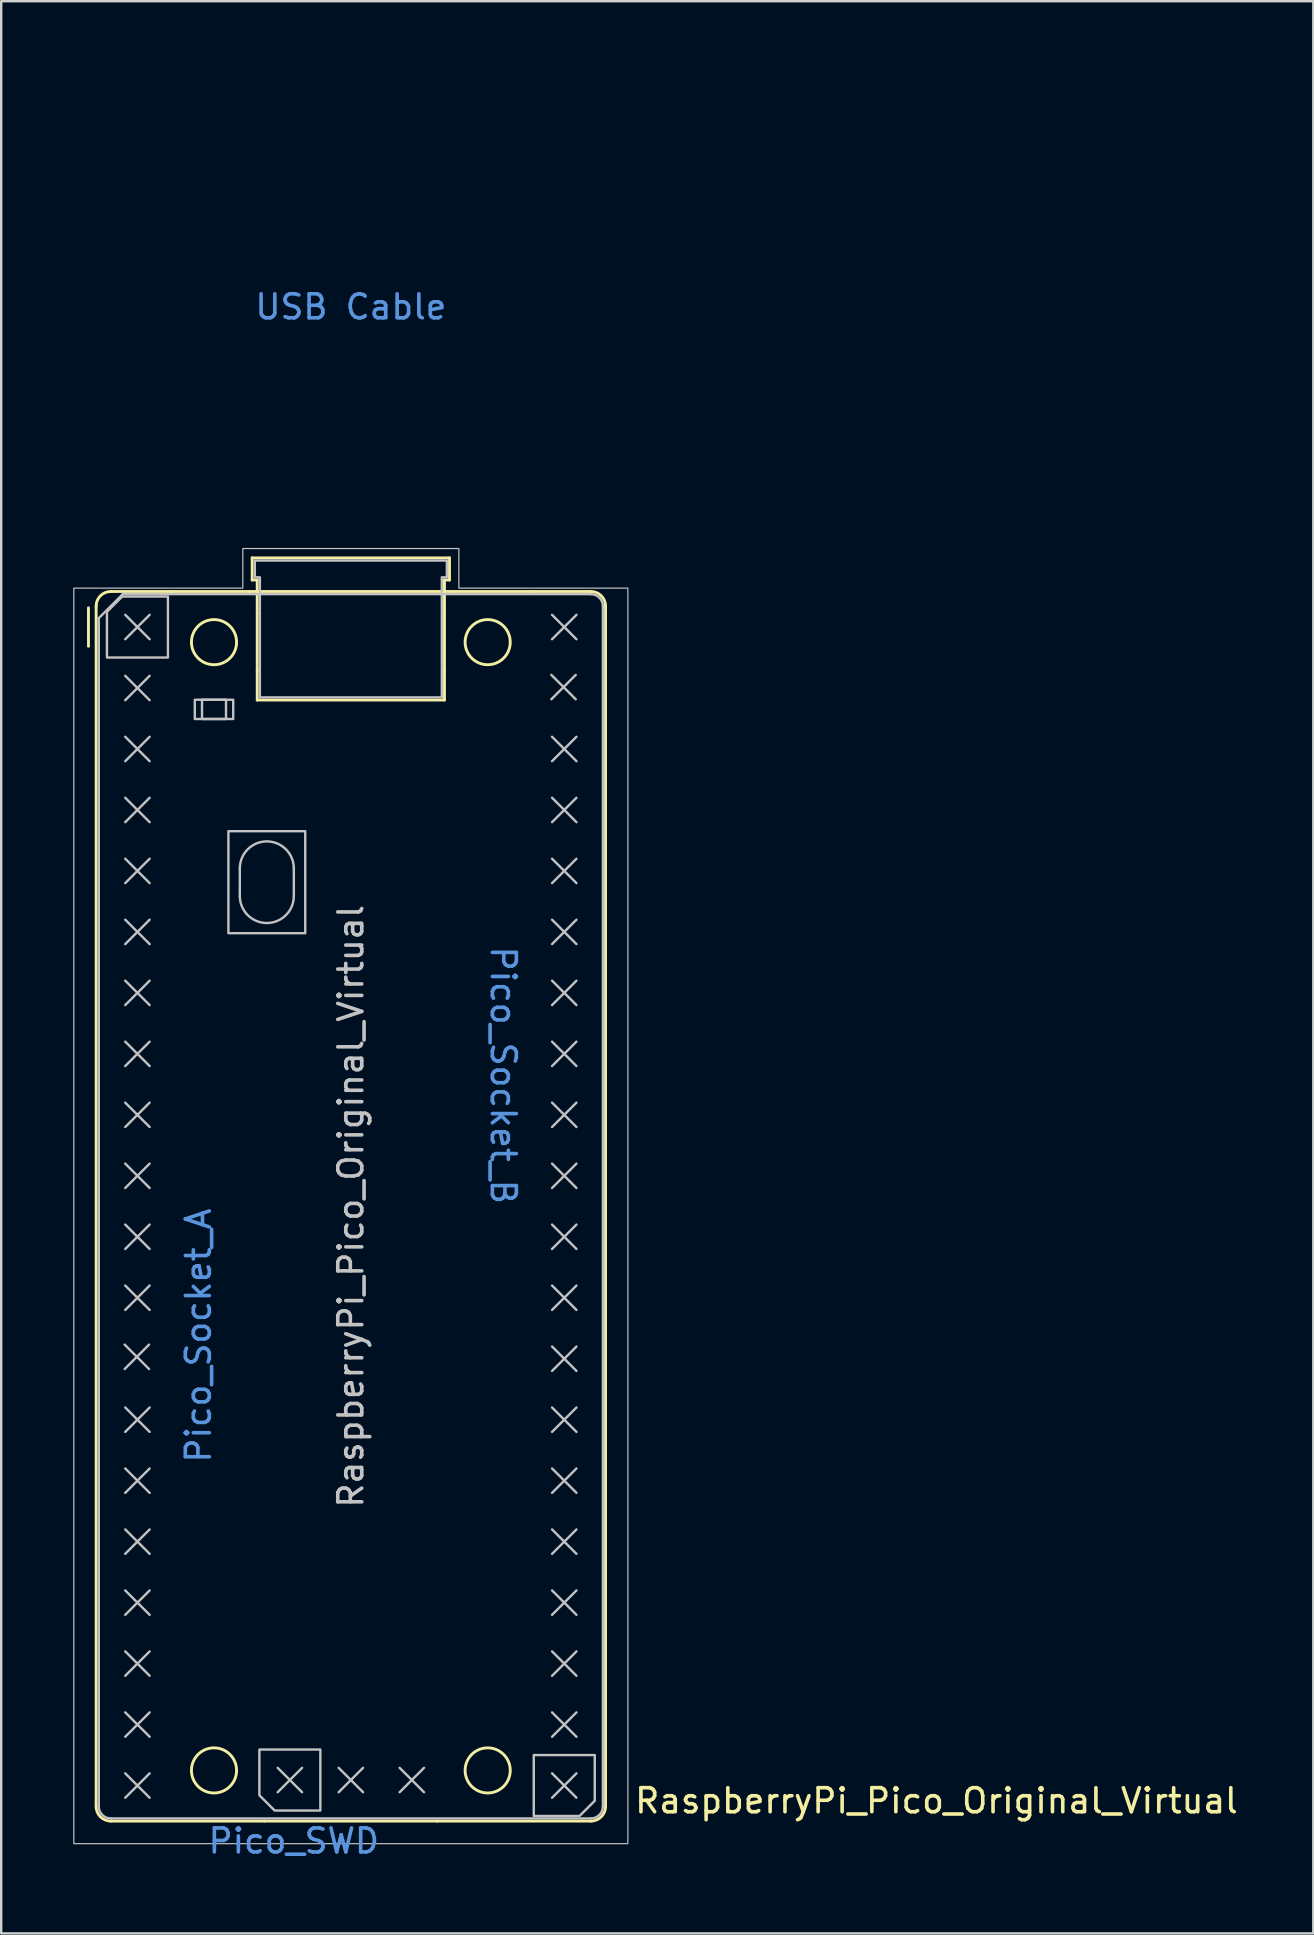
<source format=kicad_pcb>
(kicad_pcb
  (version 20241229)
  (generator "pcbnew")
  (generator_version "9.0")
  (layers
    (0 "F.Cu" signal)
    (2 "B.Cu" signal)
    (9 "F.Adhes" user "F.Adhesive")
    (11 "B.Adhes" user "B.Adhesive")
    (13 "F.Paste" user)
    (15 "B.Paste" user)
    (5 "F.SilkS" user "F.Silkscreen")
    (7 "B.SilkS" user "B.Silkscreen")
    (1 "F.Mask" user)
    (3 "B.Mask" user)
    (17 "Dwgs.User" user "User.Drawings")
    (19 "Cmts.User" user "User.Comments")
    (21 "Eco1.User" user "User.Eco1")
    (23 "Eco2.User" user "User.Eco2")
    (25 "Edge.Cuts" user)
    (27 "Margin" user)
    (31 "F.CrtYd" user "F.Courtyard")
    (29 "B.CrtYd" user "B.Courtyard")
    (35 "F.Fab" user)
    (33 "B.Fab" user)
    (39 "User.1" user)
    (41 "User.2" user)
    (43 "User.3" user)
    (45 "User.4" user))
  (footprint "RaspberryPi_Pico_Original_Virtual"
    (layer "F.Cu")
    (at 11.565 47.2)
    (property "Reference" "RaspberryPi_Pico_Original_Virtual" (at 11.748 24.765 0) (unlocked yes) (layer "F.SilkS") (effects (font (size 1 1) (thickness 0.15)) (justify left)))
    (attr exclude_from_pos_files allow_missing_courtyard)
    (fp_line (start -10.93 -23.33) (end -10.93 -24.93) (stroke (width 0.12) (type solid)) (layer "F.SilkS"))
    (fp_line (start -10.61 -25) (end -10.61 25) (stroke (width 0.12) (type solid)) (layer "F.SilkS"))
    (fp_line (start -10 -25.61) (end -7.51 -25.61) (stroke (width 0.12) (type solid)) (layer "F.SilkS"))
    (fp_line (start -10 25.61) (end -3.6 25.61) (stroke (width 0.12) (type solid)) (layer "F.SilkS"))
    (fp_line (start -7.51 -25.61) (end -4.235 -25.61) (stroke (width 0.12) (type solid)) (layer "F.SilkS"))
    (fp_line (start -4.235 -25.61) (end 4.235 -25.61) (stroke (width 0.12) (type solid)) (layer "F.SilkS"))
    (fp_line (start -4.11 -27.01) (end -4.11 -26.09) (stroke (width 0.12) (type solid)) (layer "F.SilkS"))
    (fp_line (start -4.11 -27.01) (end 4.11 -27.01) (stroke (width 0.12) (type solid)) (layer "F.SilkS"))
    (fp_line (start -4.11 -26.09) (end -3.9 -26.09) (stroke (width 0.12) (type solid)) (layer "F.SilkS"))
    (fp_line (start -3.9 -26.09) (end -3.9 -24.694) (stroke (width 0.12) (type solid)) (layer "F.SilkS"))
    (fp_line (start -3.9 -24.694) (end -3.9 -22.306) (stroke (width 0.12) (type default)) (layer "F.SilkS"))
    (fp_line (start -3.9 -22.306) (end -3.9 -21.09) (stroke (width 0.12) (type solid)) (layer "F.SilkS"))
    (fp_line (start 3.6 25.61) (end -3.6 25.61) (stroke (width 0.12) (type solid)) (layer "F.SilkS"))
    (fp_line (start 3.6 25.61) (end 10 25.61) (stroke (width 0.12) (type solid)) (layer "F.SilkS"))
    (fp_line (start 3.9 -26.09) (end 3.9 -24.694) (stroke (width 0.12) (type solid)) (layer "F.SilkS"))
    (fp_line (start 3.9 -24.694) (end 3.9 -22.306) (stroke (width 0.12) (type default)) (layer "F.SilkS"))
    (fp_line (start 3.9 -22.306) (end 3.9 -21.09) (stroke (width 0.12) (type solid)) (layer "F.SilkS"))
    (fp_line (start 3.9 -21.09) (end -3.9 -21.09) (stroke (width 0.12) (type solid)) (layer "F.SilkS"))
    (fp_line (start 4.11 -27.01) (end 4.11 -26.09) (stroke (width 0.12) (type solid)) (layer "F.SilkS"))
    (fp_line (start 4.11 -26.09) (end 3.9 -26.09) (stroke (width 0.12) (type solid)) (layer "F.SilkS"))
    (fp_line (start 4.235 -25.61) (end 7.51 -25.61) (stroke (width 0.12) (type solid)) (layer "F.SilkS"))
    (fp_line (start 7.51 -25.61) (end 10 -25.61) (stroke (width 0.12) (type solid)) (layer "F.SilkS"))
    (fp_line (start 10.61 -25) (end 10.61 25) (stroke (width 0.12) (type solid)) (layer "F.SilkS"))
    (fp_arc (start -10.61 -25) (mid -10.431335 -25.431335) (end -10 -25.61) (stroke (width 0.12) (type solid)) (layer "F.SilkS"))
    (fp_arc (start -10 25.61) (mid -10.431364 25.431364) (end -10.61 25) (stroke (width 0.12) (type solid)) (layer "F.SilkS"))
    (fp_arc (start 10 -25.61) (mid 10.431335 -25.431335) (end 10.61 -25) (stroke (width 0.12) (type solid)) (layer "F.SilkS"))
    (fp_arc (start 10.61 25) (mid 10.431335 25.431335) (end 10 25.61) (stroke (width 0.12) (type solid)) (layer "F.SilkS"))
    (fp_circle (center -5.7 -23.5) (end -4.76 -23.5) (stroke (width 0.12) (type solid)) (fill no) (layer "F.SilkS"))
    (fp_circle (center -5.7 23.5) (end -4.76 23.5) (stroke (width 0.12) (type solid)) (fill no) (layer "F.SilkS"))
    (fp_circle (center 5.7 -23.5) (end 6.64 -23.5) (stroke (width 0.12) (type solid)) (fill no) (layer "F.SilkS"))
    (fp_circle (center 5.7 23.5) (end 6.64 23.5) (stroke (width 0.12) (type solid)) (fill no) (layer "F.SilkS"))
    (fp_line (start -10.5 -24.5) (end -9.5 -25.5) (stroke (width 0.1) (type solid)) (layer "Dwgs.User"))
    (fp_line (start -10.5 25) (end -10.5 -24.5) (stroke (width 0.1) (type solid)) (layer "Dwgs.User"))
    (fp_line (start -9.5 -25.5) (end 10 -25.5) (stroke (width 0.1) (type solid)) (layer "Dwgs.User"))
    (fp_line (start -9.422 5.763) (end -8.406 6.779) (stroke (width 0.1) (type solid)) (layer "Dwgs.User"))
    (fp_line (start -9.398 -24.638) (end -8.382 -23.622) (stroke (width 0.1) (type solid)) (layer "Dwgs.User"))
    (fp_line (start -9.398 -22.098) (end -8.382 -21.082) (stroke (width 0.1) (type solid)) (layer "Dwgs.User"))
    (fp_line (start -9.398 -19.558) (end -8.382 -18.542) (stroke (width 0.1) (type solid)) (layer "Dwgs.User"))
    (fp_line (start -9.398 -17.018) (end -8.382 -16.002) (stroke (width 0.1) (type solid)) (layer "Dwgs.User"))
    (fp_line (start -9.398 -14.478) (end -8.382 -13.462) (stroke (width 0.1) (type solid)) (layer "Dwgs.User"))
    (fp_line (start -9.398 -11.938) (end -8.382 -10.922) (stroke (width 0.1) (type solid)) (layer "Dwgs.User"))
    (fp_line (start -9.398 -9.398) (end -8.382 -8.382) (stroke (width 0.1) (type solid)) (layer "Dwgs.User"))
    (fp_line (start -9.398 -6.858) (end -8.382 -5.842) (stroke (width 0.1) (type solid)) (layer "Dwgs.User"))
    (fp_line (start -9.398 -4.318) (end -8.382 -3.302) (stroke (width 0.1) (type solid)) (layer "Dwgs.User"))
    (fp_line (start -9.398 -1.778) (end -8.382 -0.762) (stroke (width 0.1) (type solid)) (layer "Dwgs.User"))
    (fp_line (start -9.398 0.762) (end -8.382 1.778) (stroke (width 0.1) (type solid)) (layer "Dwgs.User"))
    (fp_line (start -9.398 3.302) (end -8.382 4.318) (stroke (width 0.1) (type solid)) (layer "Dwgs.User"))
    (fp_line (start -9.398 8.382) (end -8.382 9.398) (stroke (width 0.1) (type solid)) (layer "Dwgs.User"))
    (fp_line (start -9.398 10.922) (end -8.382 11.938) (stroke (width 0.1) (type solid)) (layer "Dwgs.User"))
    (fp_line (start -9.398 13.462) (end -8.382 14.478) (stroke (width 0.1) (type solid)) (layer "Dwgs.User"))
    (fp_line (start -9.398 16.002) (end -8.382 17.018) (stroke (width 0.1) (type solid)) (layer "Dwgs.User"))
    (fp_line (start -9.398 18.542) (end -8.382 19.558) (stroke (width 0.1) (type solid)) (layer "Dwgs.User"))
    (fp_line (start -9.398 21.082) (end -8.382 22.098) (stroke (width 0.1) (type solid)) (layer "Dwgs.User"))
    (fp_line (start -9.398 23.622) (end -8.382 24.638) (stroke (width 0.1) (type solid)) (layer "Dwgs.User"))
    (fp_line (start -8.406 5.763) (end -9.422 6.779) (stroke (width 0.1) (type solid)) (layer "Dwgs.User"))
    (fp_line (start -8.382 -24.638) (end -9.398 -23.622) (stroke (width 0.1) (type solid)) (layer "Dwgs.User"))
    (fp_line (start -8.382 -22.098) (end -9.398 -21.082) (stroke (width 0.1) (type solid)) (layer "Dwgs.User"))
    (fp_line (start -8.382 -19.558) (end -9.398 -18.542) (stroke (width 0.1) (type solid)) (layer "Dwgs.User"))
    (fp_line (start -8.382 -17.018) (end -9.398 -16.002) (stroke (width 0.1) (type solid)) (layer "Dwgs.User"))
    (fp_line (start -8.382 -14.478) (end -9.398 -13.462) (stroke (width 0.1) (type solid)) (layer "Dwgs.User"))
    (fp_line (start -8.382 -11.938) (end -9.398 -10.922) (stroke (width 0.1) (type solid)) (layer "Dwgs.User"))
    (fp_line (start -8.382 -9.398) (end -9.398 -8.382) (stroke (width 0.1) (type solid)) (layer "Dwgs.User"))
    (fp_line (start -8.382 -6.858) (end -9.398 -5.842) (stroke (width 0.1) (type solid)) (layer "Dwgs.User"))
    (fp_line (start -8.382 -4.318) (end -9.398 -3.302) (stroke (width 0.1) (type solid)) (layer "Dwgs.User"))
    (fp_line (start -8.382 -1.778) (end -9.398 -0.762) (stroke (width 0.1) (type solid)) (layer "Dwgs.User"))
    (fp_line (start -8.382 0.762) (end -9.398 1.778) (stroke (width 0.1) (type solid)) (layer "Dwgs.User"))
    (fp_line (start -8.382 3.302) (end -9.398 4.318) (stroke (width 0.1) (type solid)) (layer "Dwgs.User"))
    (fp_line (start -8.382 8.382) (end -9.398 9.398) (stroke (width 0.1) (type solid)) (layer "Dwgs.User"))
    (fp_line (start -8.382 10.922) (end -9.398 11.938) (stroke (width 0.1) (type solid)) (layer "Dwgs.User"))
    (fp_line (start -8.382 13.462) (end -9.398 14.478) (stroke (width 0.1) (type solid)) (layer "Dwgs.User"))
    (fp_line (start -8.382 16.002) (end -9.398 17.018) (stroke (width 0.1) (type solid)) (layer "Dwgs.User"))
    (fp_line (start -8.382 18.542) (end -9.398 19.558) (stroke (width 0.1) (type solid)) (layer "Dwgs.User"))
    (fp_line (start -8.382 21.082) (end -9.398 22.098) (stroke (width 0.1) (type solid)) (layer "Dwgs.User"))
    (fp_line (start -8.382 23.622) (end -9.398 24.638) (stroke (width 0.1) (type solid)) (layer "Dwgs.User"))
    (fp_line (start -4.625 -14.075) (end -4.625 -12.925) (stroke (width 0.1) (type solid)) (layer "Dwgs.User"))
    (fp_line (start -3.048 23.392) (end -2.032 24.408) (stroke (width 0.1) (type solid)) (layer "Dwgs.User"))
    (fp_line (start -2.375 -14.075) (end -2.375 -12.925) (stroke (width 0.1) (type solid)) (layer "Dwgs.User"))
    (fp_line (start -2.032 23.392) (end -3.048 24.408) (stroke (width 0.1) (type solid)) (layer "Dwgs.User"))
    (fp_line (start -0.508 23.392) (end 0.508 24.408) (stroke (width 0.1) (type solid)) (layer "Dwgs.User"))
    (fp_line (start 0.508 23.392) (end -0.508 24.408) (stroke (width 0.1) (type solid)) (layer "Dwgs.User"))
    (fp_line (start 2.032 23.392) (end 3.048 24.408) (stroke (width 0.1) (type solid)) (layer "Dwgs.User"))
    (fp_line (start 3.048 23.392) (end 2.032 24.408) (stroke (width 0.1) (type solid)) (layer "Dwgs.User"))
    (fp_line (start 8.352 -22.136) (end 9.368 -21.12) (stroke (width 0.1) (type solid)) (layer "Dwgs.User"))
    (fp_line (start 8.382 -24.638) (end 9.398 -23.622) (stroke (width 0.1) (type solid)) (layer "Dwgs.User"))
    (fp_line (start 8.382 -19.558) (end 9.398 -18.542) (stroke (width 0.1) (type solid)) (layer "Dwgs.User"))
    (fp_line (start 8.382 -17.018) (end 9.398 -16.002) (stroke (width 0.1) (type solid)) (layer "Dwgs.User"))
    (fp_line (start 8.382 -14.478) (end 9.398 -13.462) (stroke (width 0.1) (type solid)) (layer "Dwgs.User"))
    (fp_line (start 8.382 -11.938) (end 9.398 -10.922) (stroke (width 0.1) (type solid)) (layer "Dwgs.User"))
    (fp_line (start 8.382 -9.398) (end 9.398 -8.382) (stroke (width 0.1) (type solid)) (layer "Dwgs.User"))
    (fp_line (start 8.382 -6.858) (end 9.398 -5.842) (stroke (width 0.1) (type solid)) (layer "Dwgs.User"))
    (fp_line (start 8.382 -4.318) (end 9.398 -3.302) (stroke (width 0.1) (type solid)) (layer "Dwgs.User"))
    (fp_line (start 8.382 -1.778) (end 9.398 -0.762) (stroke (width 0.1) (type solid)) (layer "Dwgs.User"))
    (fp_line (start 8.382 0.762) (end 9.398 1.778) (stroke (width 0.1) (type solid)) (layer "Dwgs.User"))
    (fp_line (start 8.382 3.302) (end 9.398 4.318) (stroke (width 0.1) (type solid)) (layer "Dwgs.User"))
    (fp_line (start 8.382 5.842) (end 9.398 6.858) (stroke (width 0.1) (type solid)) (layer "Dwgs.User"))
    (fp_line (start 8.382 8.382) (end 9.398 9.398) (stroke (width 0.1) (type solid)) (layer "Dwgs.User"))
    (fp_line (start 8.382 10.922) (end 9.398 11.938) (stroke (width 0.1) (type solid)) (layer "Dwgs.User"))
    (fp_line (start 8.382 13.462) (end 9.398 14.478) (stroke (width 0.1) (type solid)) (layer "Dwgs.User"))
    (fp_line (start 8.382 16.002) (end 9.398 17.018) (stroke (width 0.1) (type solid)) (layer "Dwgs.User"))
    (fp_line (start 8.382 18.542) (end 9.398 19.558) (stroke (width 0.1) (type solid)) (layer "Dwgs.User"))
    (fp_line (start 8.382 21.082) (end 9.398 22.098) (stroke (width 0.1) (type solid)) (layer "Dwgs.User"))
    (fp_line (start 8.382 23.622) (end 9.398 24.638) (stroke (width 0.1) (type solid)) (layer "Dwgs.User"))
    (fp_line (start 9.368 -22.136) (end 8.352 -21.12) (stroke (width 0.1) (type solid)) (layer "Dwgs.User"))
    (fp_line (start 9.398 -24.638) (end 8.382 -23.622) (stroke (width 0.1) (type solid)) (layer "Dwgs.User"))
    (fp_line (start 9.398 -19.558) (end 8.382 -18.542) (stroke (width 0.1) (type solid)) (layer "Dwgs.User"))
    (fp_line (start 9.398 -17.018) (end 8.382 -16.002) (stroke (width 0.1) (type solid)) (layer "Dwgs.User"))
    (fp_line (start 9.398 -14.478) (end 8.382 -13.462) (stroke (width 0.1) (type solid)) (layer "Dwgs.User"))
    (fp_line (start 9.398 -11.938) (end 8.382 -10.922) (stroke (width 0.1) (type solid)) (layer "Dwgs.User"))
    (fp_line (start 9.398 -9.398) (end 8.382 -8.382) (stroke (width 0.1) (type solid)) (layer "Dwgs.User"))
    (fp_line (start 9.398 -6.858) (end 8.382 -5.842) (stroke (width 0.1) (type solid)) (layer "Dwgs.User"))
    (fp_line (start 9.398 -4.318) (end 8.382 -3.302) (stroke (width 0.1) (type solid)) (layer "Dwgs.User"))
    (fp_line (start 9.398 -1.778) (end 8.382 -0.762) (stroke (width 0.1) (type solid)) (layer "Dwgs.User"))
    (fp_line (start 9.398 0.762) (end 8.382 1.778) (stroke (width 0.1) (type solid)) (layer "Dwgs.User"))
    (fp_line (start 9.398 3.302) (end 8.382 4.318) (stroke (width 0.1) (type solid)) (layer "Dwgs.User"))
    (fp_line (start 9.398 5.842) (end 8.382 6.858) (stroke (width 0.1) (type solid)) (layer "Dwgs.User"))
    (fp_line (start 9.398 8.382) (end 8.382 9.398) (stroke (width 0.1) (type solid)) (layer "Dwgs.User"))
    (fp_line (start 9.398 10.922) (end 8.382 11.938) (stroke (width 0.1) (type solid)) (layer "Dwgs.User"))
    (fp_line (start 9.398 13.462) (end 8.382 14.478) (stroke (width 0.1) (type solid)) (layer "Dwgs.User"))
    (fp_line (start 9.398 16.002) (end 8.382 17.018) (stroke (width 0.1) (type solid)) (layer "Dwgs.User"))
    (fp_line (start 9.398 18.542) (end 8.382 19.558) (stroke (width 0.1) (type solid)) (layer "Dwgs.User"))
    (fp_line (start 9.398 21.082) (end 8.382 22.098) (stroke (width 0.1) (type solid)) (layer "Dwgs.User"))
    (fp_line (start 9.398 23.622) (end 8.382 24.638) (stroke (width 0.1) (type solid)) (layer "Dwgs.User"))
    (fp_line (start 10 25.5) (end -10 25.5) (stroke (width 0.1) (type solid)) (layer "Dwgs.User"))
    (fp_line (start 10.5 -25) (end 10.5 25) (stroke (width 0.1) (type solid)) (layer "Dwgs.User"))
    (fp_rect (start -6.5 -21.1) (end -4.9 -20.3) (stroke (width 0.1) (type solid)) (fill no) (layer "Dwgs.User"))
    (fp_rect (start -6.2 -21.1) (end -5.2 -20.3) (stroke (width 0.1) (type solid)) (fill no) (layer "Dwgs.User"))
    (fp_rect (start -5.1 -15.625) (end -1.9 -11.375) (stroke (width 0.1) (type solid)) (fill no) (layer "Dwgs.User"))
    (fp_arc (start -10 25.5) (mid -10.353553 25.353553) (end -10.5 25) (stroke (width 0.1) (type solid)) (layer "Dwgs.User"))
    (fp_arc (start -4.625 -14.075) (mid -3.5 -15.2) (end -2.375 -14.075) (stroke (width 0.1) (type solid)) (layer "Dwgs.User"))
    (fp_arc (start -2.375 -12.925) (mid -3.5 -11.8) (end -4.625 -12.925) (stroke (width 0.1) (type solid)) (layer "Dwgs.User"))
    (fp_arc (start 10 -25.5) (mid 10.353553 -25.353553) (end 10.5 -25) (stroke (width 0.1) (type solid)) (layer "Dwgs.User"))
    (fp_arc (start 10.5 25) (mid 10.353553 25.353553) (end 10 25.5) (stroke (width 0.1) (type solid)) (layer "Dwgs.User"))
    (fp_poly (pts (xy -10.16 -24.765) (xy -10.16 -22.86) (xy -7.62 -22.86) (xy -7.62 -25.4) (xy -9.525 -25.4)) (stroke (width 0.1) (type solid)) (fill no) (layer "Dwgs.User"))
    (fp_poly (pts (xy -3.175 25.17) (xy -1.27 25.17) (xy -1.27 22.63) (xy -3.81 22.63) (xy -3.81 24.535)) (stroke (width 0.1) (type solid)) (fill no) (layer "Dwgs.User"))
    (fp_poly (pts (xy 10.16 24.765) (xy 10.16 22.86) (xy 7.62 22.86) (xy 7.62 25.4) (xy 9.525 25.4)) (stroke (width 0.1) (type solid)) (fill no) (layer "Dwgs.User"))
    (fp_poly (pts (xy -4.5 -27.4) (xy 4.5 -27.4) (xy 4.5 -25.75) (xy 11.54 -25.75) (xy 11.54 26.55) (xy -11.54 26.55) (xy -11.54 -25.75) (xy -4.5 -25.75)) (stroke (width 0.05) (type solid)) (fill no) (layer "Dwgs.User"))
    (fp_poly (pts (xy 3.79 -21.2) (xy 3.79 -26.2) (xy 4 -26.2) (xy 4 -26.9) (xy -4 -26.9) (xy -4 -26.2) (xy -3.79 -26.2) (xy -3.79 -21.2)) (stroke (width 0.1) (type solid)) (fill no) (layer "Dwgs.User"))
    (fp_text user "${REFERENCE}" (at 0 0 90) (layer "Dwgs.User") (effects (font (size 1 1) (thickness 0.15))))
    (fp_text user "Pico_Socket_B" (at 6.35 0 270) (unlocked yes) (layer "Cmts.User") (effects (font (size 1 1) (thickness 0.15)) (justify right)))
    (fp_text user "USB Cable" (at 0 -37.465 0) (unlocked yes) (layer "Cmts.User") (effects (font (size 1 1) (thickness 0.15))))
    (fp_text user "Pico_SWD" (at 1.27 26.44 0) (unlocked yes) (layer "Cmts.User") (effects (font (size 1 1) (thickness 0.15)) (justify right)))
    (fp_text user "Pico_Socket_A" (at -6.35 0 90) (unlocked yes) (layer "Cmts.User") (effects (font (size 1 1) (thickness 0.15)) (justify right)))
    (zone (net_name "") (layer "F.CrtYd") (name "USB Cable") (hatch edge 0.5) (connect_pads) (min_thickness 0.254) (filled_areas_thickness no) (keepout (tracks allowed) (vias allowed) (pads allowed) (copperpour allowed) (footprints allowed)) (placement (enabled no)) (fill) (polygon (pts (xy 5.815 19.5) (xy 7.625 19.5) (xy 7.625 19.8) (xy 15.505 19.8) (xy 15.505 19.5) (xy 17.315 19.5) (xy 17.315 0) (xy 5.815 0)))))
  (gr_rect
    (start -3 -3)
    (end 51.658 77.488)
    (stroke (width 0.1) (type default))
    (fill no)
    (layer "Edge.Cuts")))
</source>
